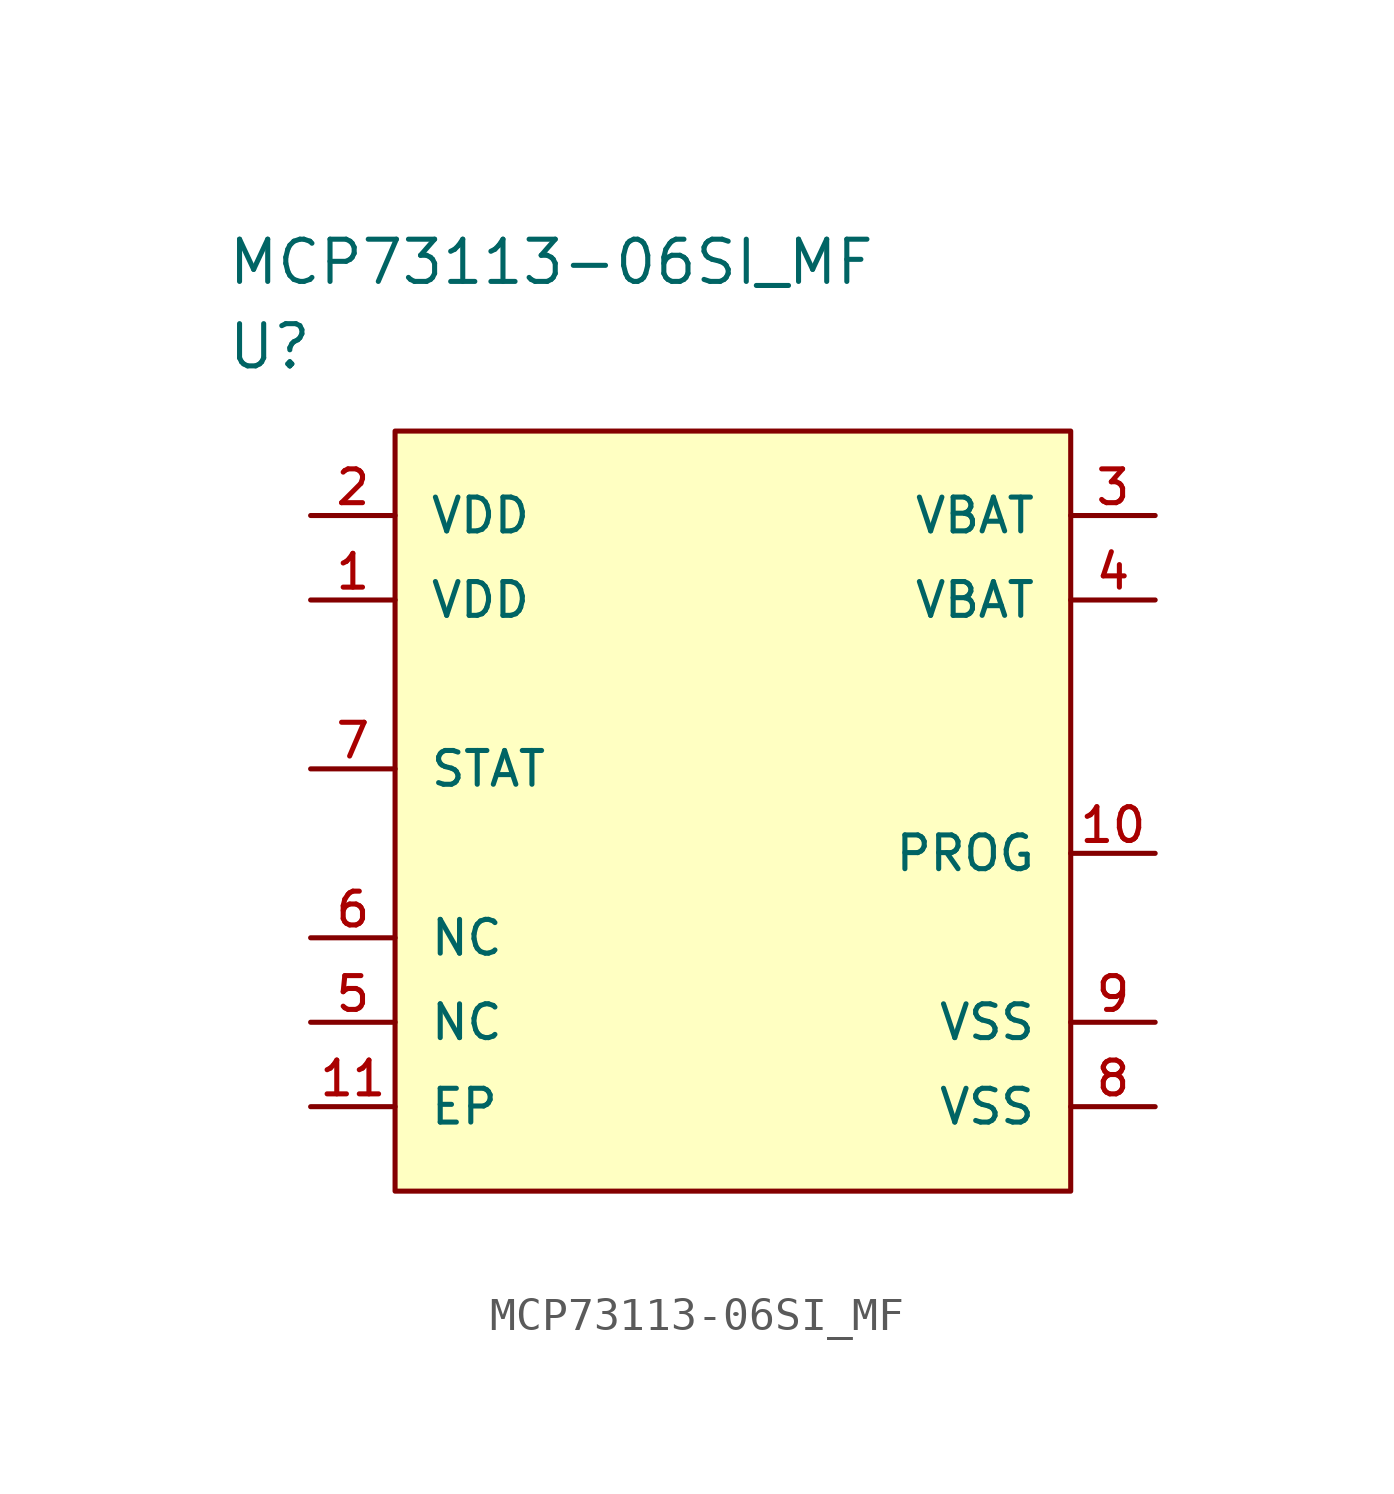
<source format=kicad_sym>
(kicad_symbol_lib
  (version 20211014)
  (generator kicad_symbol_editor)
  (symbol "MCP73113-06SI_MF"
    (pin_names
      (offset 1.016))
    (property "Reference" "U"
      (at 0 5.08 0)
      (effects (font (size 1.27 1.27)) (justify left)))
    (property "Value" "MCP73113-06SI_MF"
      (at 0 7.62 0)
      (effects (font (size 1.27 1.27)) (justify left)))
    (property "ki_locked" ""
      (at 0 0 0)
      (effects (font (size 1.27 1.27))))
    (symbol "MCP73113-06SI_MF_1_1"
      (rectangle (start 5.08 2.54) (end 25.4 -20.32) (stroke (width 0) (type default) (color 0 0 0 0)) (fill (type background)))
      (pin power_in line (at 2.54 -2.54 0) (length 2.54) (name "VDD" (effects (font (size 1.016 1.016)))) (number "1" (effects (font (size 1.016 1.016)))))
      (pin input line (at 27.94 -10.16 180) (length 2.54) (name "PROG" (effects (font (size 1.016 1.016)))) (number "10" (effects (font (size 1.016 1.016)))))
      (pin power_in line (at 2.54 -17.78 0) (length 2.54) (name "EP" (effects (font (size 1.016 1.016)))) (number "11" (effects (font (size 1.016 1.016)))))
      (pin power_in line (at 2.54 0 0) (length 2.54) (name "VDD" (effects (font (size 1.016 1.016)))) (number "2" (effects (font (size 1.016 1.016)))))
      (pin power_in line (at 27.94 0 180) (length 2.54) (name "VBAT" (effects (font (size 1.016 1.016)))) (number "3" (effects (font (size 1.016 1.016)))))
      (pin power_in line (at 27.94 -2.54 180) (length 2.54) (name "VBAT" (effects (font (size 1.016 1.016)))) (number "4" (effects (font (size 1.016 1.016)))))
      (pin passive line (at 2.54 -15.24 0) (length 2.54) (name "NC" (effects (font (size 1.016 1.016)))) (number "5" (effects (font (size 1.016 1.016)))))
      (pin passive line (at 2.54 -12.7 0) (length 2.54) (name "NC" (effects (font (size 1.016 1.016)))) (number "6" (effects (font (size 1.016 1.016)))))
      (pin open_collector line (at 2.54 -7.62 0) (length 2.54) (name "STAT" (effects (font (size 1.016 1.016)))) (number "7" (effects (font (size 1.016 1.016)))))
      (pin power_in line (at 27.94 -17.78 180) (length 2.54) (name "VSS" (effects (font (size 1.016 1.016)))) (number "8" (effects (font (size 1.016 1.016)))))
      (pin power_in line (at 27.94 -15.24 180) (length 2.54) (name "VSS" (effects (font (size 1.016 1.016)))) (number "9" (effects (font (size 1.016 1.016))))))))
</source>
